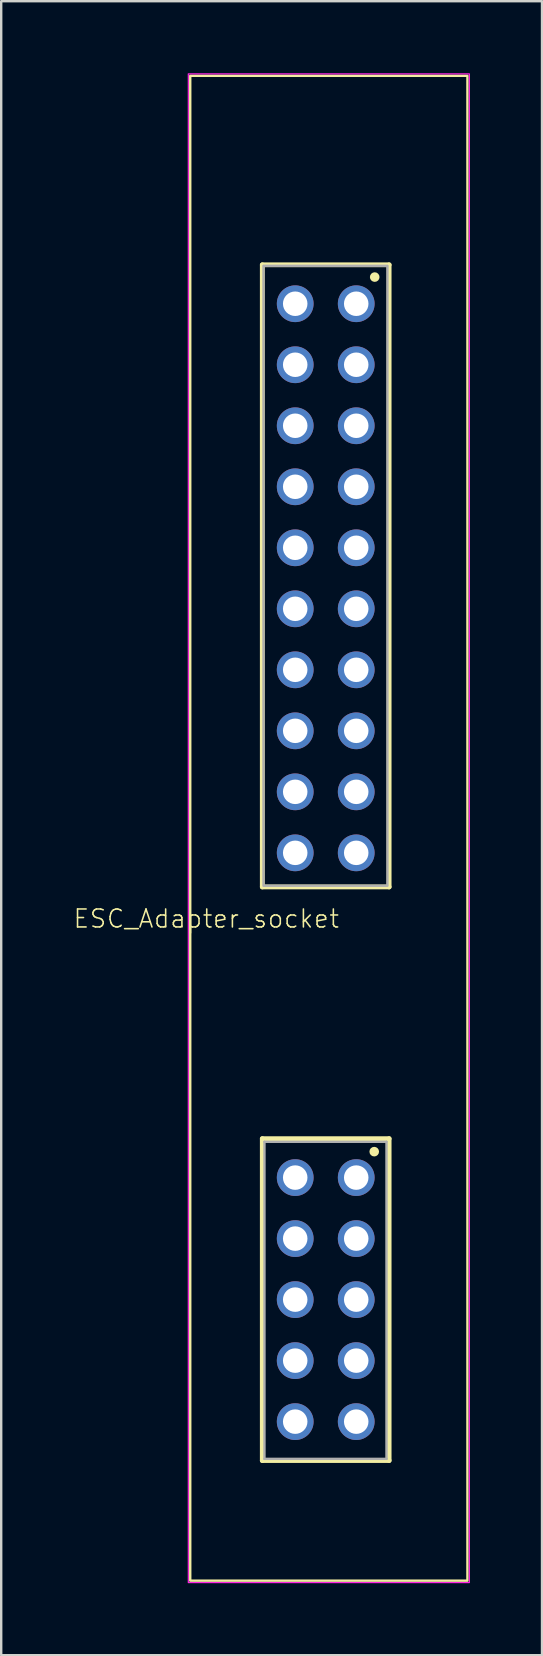
<source format=kicad_pcb>
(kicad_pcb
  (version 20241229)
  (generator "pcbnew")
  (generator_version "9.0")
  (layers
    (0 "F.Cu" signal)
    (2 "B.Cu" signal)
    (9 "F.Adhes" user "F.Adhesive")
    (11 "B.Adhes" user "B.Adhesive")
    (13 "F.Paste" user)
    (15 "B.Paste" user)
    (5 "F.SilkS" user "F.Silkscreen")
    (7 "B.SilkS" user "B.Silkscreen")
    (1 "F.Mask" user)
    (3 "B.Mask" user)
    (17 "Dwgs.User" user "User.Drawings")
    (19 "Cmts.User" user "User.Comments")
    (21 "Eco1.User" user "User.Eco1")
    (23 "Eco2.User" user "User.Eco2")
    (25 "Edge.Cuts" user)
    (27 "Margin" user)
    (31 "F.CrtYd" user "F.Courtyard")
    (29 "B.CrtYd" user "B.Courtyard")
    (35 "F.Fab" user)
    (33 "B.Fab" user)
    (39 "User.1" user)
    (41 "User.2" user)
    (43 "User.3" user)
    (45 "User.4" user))
  (footprint "ESC_Adapter_socket"
    (layer "F.Cu")
    (at 10.51 15.655)
    (property "Reference" "ESC_Adapter_socket" (at 0.61 19.98 0) (unlocked yes) (layer "F.SilkS") (effects (font (size 0.748 0.748) (thickness 0.065)) (justify right bottom)))
    (fp_line (start -2.64 -7.68) (end 2.64 -7.68) (stroke (width 0.2) (type solid)) (layer "F.SilkS"))
    (fp_line (start -2.64 18.22) (end -2.64 -7.68) (stroke (width 0.2) (type solid)) (layer "F.SilkS"))
    (fp_line (start -2.64 18.22) (end 2.64 18.22) (stroke (width 0.2) (type solid)) (layer "F.SilkS"))
    (fp_line (start -2.64 28.7) (end 2.64 28.7) (stroke (width 0.2) (type solid)) (layer "F.SilkS"))
    (fp_line (start -2.64 42.1) (end -2.64 28.7) (stroke (width 0.2) (type solid)) (layer "F.SilkS"))
    (fp_line (start 2.64 18.22) (end 2.64 -7.68) (stroke (width 0.2) (type solid)) (layer "F.SilkS"))
    (fp_line (start 2.64 28.7) (end 2.64 42.1) (stroke (width 0.2) (type solid)) (layer "F.SilkS"))
    (fp_line (start 2.64 42.1) (end -2.64 42.1) (stroke (width 0.2) (type solid)) (layer "F.SilkS"))
    (fp_rect (start -5.64 -15.55) (end 5.9 47.1) (stroke (width 0.1) (type default)) (fill no) (layer "F.SilkS"))
    (fp_circle (center 2.02 29.24) (end 2.02 29.34) (stroke (width 0.2) (type solid)) (fill no) (layer "F.SilkS"))
    (fp_circle (center 2.04 -7.17) (end 2.04 -7.07) (stroke (width 0.2) (type solid)) (fill no) (layer "F.SilkS"))
    (fp_rect (start -5.72 -15.63) (end 5.98 47.18) (stroke (width 0.05) (type default)) (fill no) (layer "F.CrtYd"))
    (fp_line (start -2.55 28.83) (end -2.55 42.03) (stroke (width 0.1) (type solid)) (layer "F.Fab"))
    (fp_line (start -2.55 42.03) (end 2.53 42.03) (stroke (width 0.1) (type solid)) (layer "F.Fab"))
    (fp_line (start 2.53 28.83) (end -2.55 28.83) (stroke (width 0.1) (type solid)) (layer "F.Fab"))
    (fp_line (start 2.53 42.03) (end 2.53 28.83) (stroke (width 0.1) (type solid)) (layer "F.Fab"))
    (fp_rect (start -2.59 -7.64) (end 2.57 18.17) (stroke (width 0.1) (type default)) (fill no) (layer "F.Fab"))
    (pad "1" thru_hole circle (at 1.27 -6.06 270) (size 1.53 1.53) (drill 1.02) (layers "*.Cu" "*.Mask"))
    (pad "2" thru_hole circle (at -1.27 -6.06 270) (size 1.53 1.53) (drill 1.02) (layers "*.Cu" "*.Mask"))
    (pad "3" thru_hole circle (at 1.27 -3.52 270) (size 1.53 1.53) (drill 1.02) (layers "*.Cu" "*.Mask"))
    (pad "4" thru_hole circle (at -1.27 -3.52 270) (size 1.53 1.53) (drill 1.02) (layers "*.Cu" "*.Mask"))
    (pad "5" thru_hole circle (at 1.27 -0.98 270) (size 1.53 1.53) (drill 1.02) (layers "*.Cu" "*.Mask"))
    (pad "6" thru_hole circle (at -1.27 -0.98 270) (size 1.53 1.53) (drill 1.02) (layers "*.Cu" "*.Mask"))
    (pad "7" thru_hole circle (at 1.27 1.56 270) (size 1.53 1.53) (drill 1.02) (layers "*.Cu" "*.Mask"))
    (pad "8" thru_hole circle (at -1.27 1.56 270) (size 1.53 1.53) (drill 1.02) (layers "*.Cu" "*.Mask"))
    (pad "9" thru_hole circle (at 1.27 4.1 270) (size 1.53 1.53) (drill 1.02) (layers "*.Cu" "*.Mask"))
    (pad "10" thru_hole circle (at -1.27 4.1 270) (size 1.53 1.53) (drill 1.02) (layers "*.Cu" "*.Mask"))
    (pad "11" thru_hole circle (at 1.27 6.64 270) (size 1.53 1.53) (drill 1.02) (layers "*.Cu" "*.Mask"))
    (pad "12" thru_hole circle (at -1.27 6.64 270) (size 1.53 1.53) (drill 1.02) (layers "*.Cu" "*.Mask"))
    (pad "13" thru_hole circle (at 1.27 9.18 270) (size 1.53 1.53) (drill 1.02) (layers "*.Cu" "*.Mask"))
    (pad "14" thru_hole circle (at -1.27 9.18 270) (size 1.53 1.53) (drill 1.02) (layers "*.Cu" "*.Mask"))
    (pad "15" thru_hole circle (at 1.27 11.72 270) (size 1.53 1.53) (drill 1.02) (layers "*.Cu" "*.Mask"))
    (pad "16" thru_hole circle (at -1.27 11.72 270) (size 1.53 1.53) (drill 1.02) (layers "*.Cu" "*.Mask"))
    (pad "17" thru_hole circle (at 1.27 14.26 270) (size 1.53 1.53) (drill 1.02) (layers "*.Cu" "*.Mask"))
    (pad "18" thru_hole circle (at -1.27 14.26 270) (size 1.53 1.53) (drill 1.02) (layers "*.Cu" "*.Mask"))
    (pad "19" thru_hole circle (at 1.27 16.8 270) (size 1.53 1.53) (drill 1.02) (layers "*.Cu" "*.Mask"))
    (pad "20" thru_hole circle (at -1.27 16.8 270) (size 1.53 1.53) (drill 1.02) (layers "*.Cu" "*.Mask"))
    (pad "21" thru_hole circle (at 1.27 30.32 270) (size 1.53 1.53) (drill 1.02) (layers "*.Cu" "*.Mask"))
    (pad "22" thru_hole circle (at -1.27 30.32 270) (size 1.53 1.53) (drill 1.02) (layers "*.Cu" "*.Mask"))
    (pad "23" thru_hole circle (at 1.27 32.86 270) (size 1.53 1.53) (drill 1.02) (layers "*.Cu" "*.Mask"))
    (pad "24" thru_hole circle (at -1.27 32.86 270) (size 1.53 1.53) (drill 1.02) (layers "*.Cu" "*.Mask"))
    (pad "25" thru_hole circle (at 1.27 35.4 270) (size 1.53 1.53) (drill 1.02) (layers "*.Cu" "*.Mask"))
    (pad "26" thru_hole circle (at -1.27 35.4 270) (size 1.53 1.53) (drill 1.02) (layers "*.Cu" "*.Mask"))
    (pad "27" thru_hole circle (at 1.27 37.94 270) (size 1.53 1.53) (drill 1.02) (layers "*.Cu" "*.Mask"))
    (pad "28" thru_hole circle (at -1.27 37.94 270) (size 1.53 1.53) (drill 1.02) (layers "*.Cu" "*.Mask"))
    (pad "29" thru_hole circle (at 1.27 40.48 270) (size 1.53 1.53) (drill 1.02) (layers "*.Cu" "*.Mask"))
    (pad "30" thru_hole circle (at -1.27 40.48 270) (size 1.53 1.53) (drill 1.02) (layers "*.Cu" "*.Mask")))
  (gr_rect
    (start -3 -3)
    (end 19.515 65.86)
    (stroke (width 0.1) (type default))
    (fill no)
    (layer "Edge.Cuts")))
</source>
